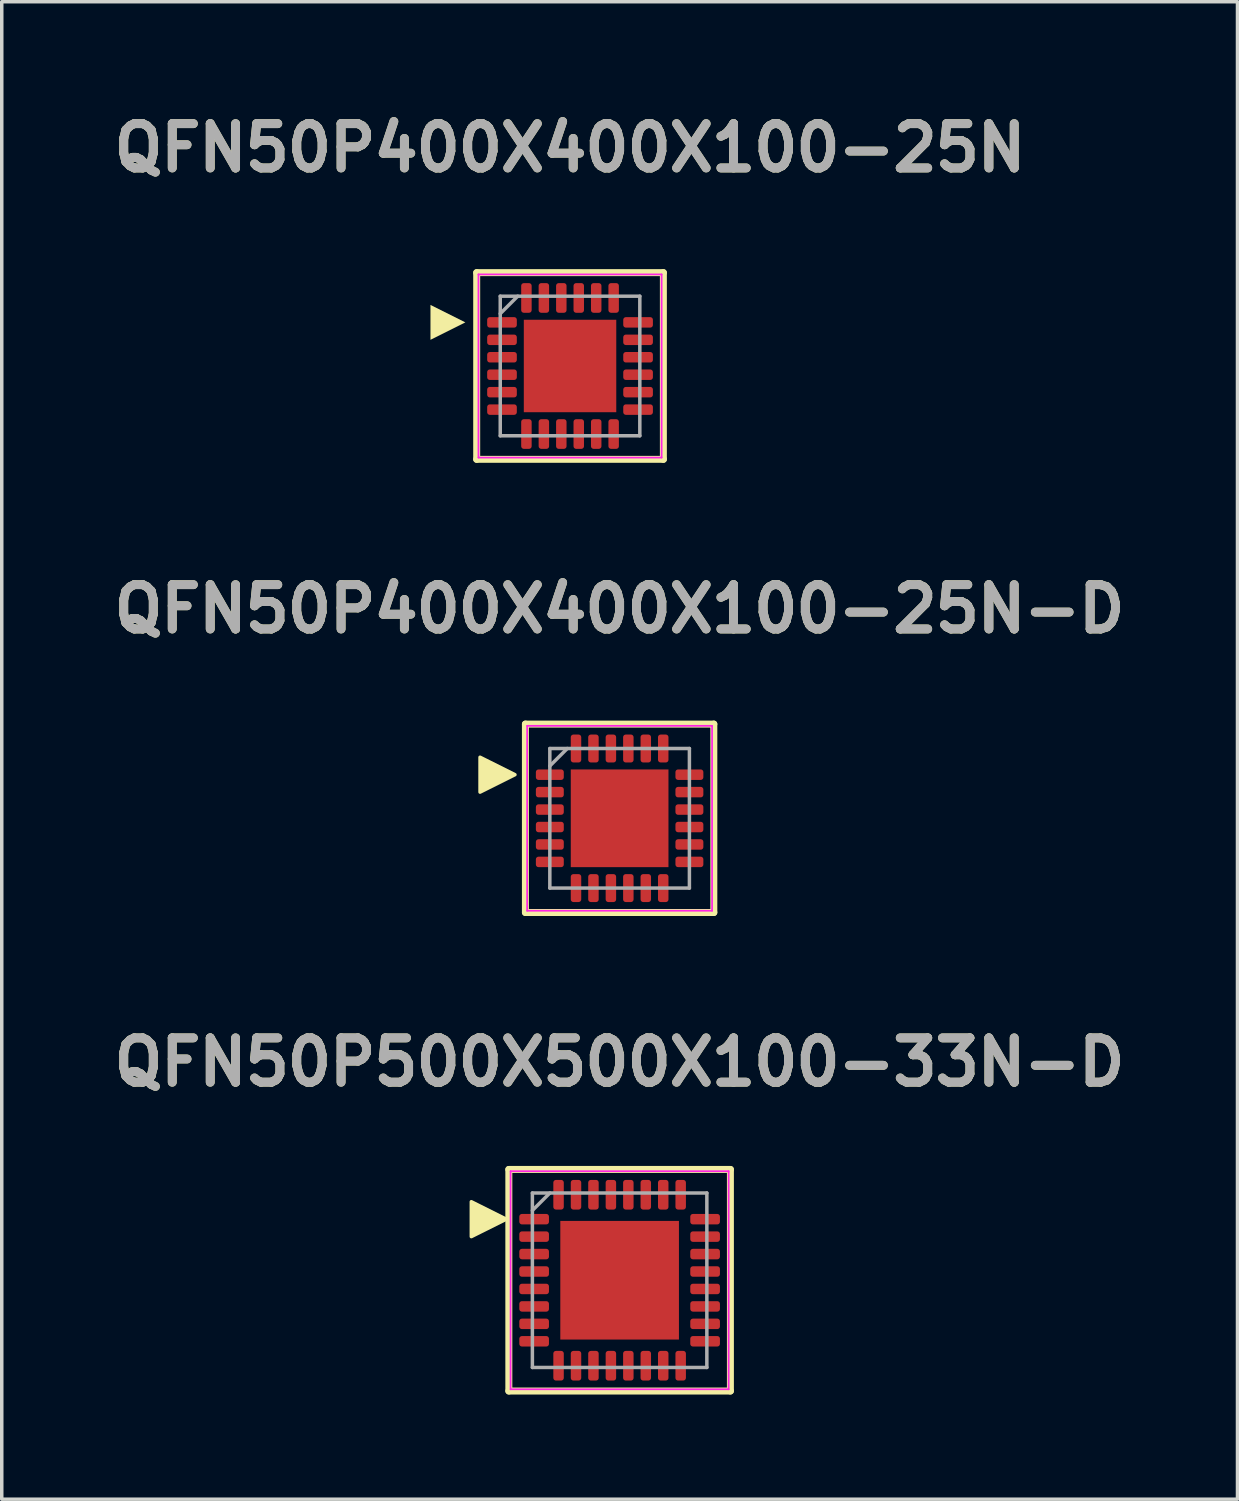
<source format=kicad_pcb>
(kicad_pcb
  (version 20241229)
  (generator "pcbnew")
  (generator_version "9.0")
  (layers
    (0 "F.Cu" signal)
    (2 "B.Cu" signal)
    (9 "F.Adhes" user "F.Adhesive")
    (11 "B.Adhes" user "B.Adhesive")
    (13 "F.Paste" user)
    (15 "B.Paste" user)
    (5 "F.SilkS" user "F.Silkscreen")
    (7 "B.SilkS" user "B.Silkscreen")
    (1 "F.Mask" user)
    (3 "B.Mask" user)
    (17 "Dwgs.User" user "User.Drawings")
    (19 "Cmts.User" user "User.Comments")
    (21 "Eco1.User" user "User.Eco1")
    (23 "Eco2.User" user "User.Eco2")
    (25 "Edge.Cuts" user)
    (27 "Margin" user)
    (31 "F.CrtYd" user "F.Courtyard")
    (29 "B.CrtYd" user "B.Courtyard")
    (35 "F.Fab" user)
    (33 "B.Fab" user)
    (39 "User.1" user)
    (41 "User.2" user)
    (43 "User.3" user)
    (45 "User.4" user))
  (footprint "QFN50P400X400X100-25N"
    (layer "F.Cu")
    (at 13.287 7.439)
    (property "Reference" "QFN50P400X400X100-25N" (at 0 -6.25 0) (layer "F.SilkS") (effects (font (size 1.27 1.27) (thickness 0.254))))
    (attr smd)
    (fp_line (start -2.675 -2.675) (end 2.675 -2.675) (stroke (width 0.2) (type solid)) (layer "F.SilkS"))
    (fp_line (start -2.675 2.675) (end -2.675 -2.675) (stroke (width 0.2) (type solid)) (layer "F.SilkS"))
    (fp_line (start -2.675 2.675) (end 2.675 2.675) (stroke (width 0.2) (type solid)) (layer "F.SilkS"))
    (fp_line (start 2.675 2.675) (end 2.675 -2.675) (stroke (width 0.2) (type solid)) (layer "F.SilkS"))
    (fp_poly (pts (xy -3 -1.25) (xy -4 -0.75) (xy -4 -1.75)) (stroke (width 0) (type solid)) (fill yes) (layer "F.SilkS"))
    (fp_line (start -2.625 -2.625) (end 2.625 -2.625) (stroke (width 0.05) (type solid)) (layer "F.CrtYd"))
    (fp_line (start -2.625 2.625) (end -2.625 -2.625) (stroke (width 0.05) (type solid)) (layer "F.CrtYd"))
    (fp_line (start 2.625 -2.625) (end 2.625 2.625) (stroke (width 0.05) (type solid)) (layer "F.CrtYd"))
    (fp_line (start 2.625 2.625) (end -2.625 2.625) (stroke (width 0.05) (type solid)) (layer "F.CrtYd"))
    (fp_line (start -2 -2) (end 2 -2) (stroke (width 0.1) (type solid)) (layer "F.Fab"))
    (fp_line (start -2 -1.5) (end -1.5 -2) (stroke (width 0.1) (type solid)) (layer "F.Fab"))
    (fp_line (start -2 2) (end -2 -2) (stroke (width 0.1) (type solid)) (layer "F.Fab"))
    (fp_line (start 2 -2) (end 2 2) (stroke (width 0.1) (type solid)) (layer "F.Fab"))
    (fp_line (start 2 2) (end -2 2) (stroke (width 0.1) (type solid)) (layer "F.Fab"))
    (fp_text user "${REFERENCE}" (at 0 -6.25 0) (layer "F.Fab") (effects (font (size 1.27 1.27) (thickness 0.254))))
    (pad "1" smd roundrect (at -1.95 -1.25 90) (size 0.3 0.85) (layers "F.Cu" "F.Mask" "F.Paste") (roundrect_rratio 0.25))
    (pad "2" smd roundrect (at -1.95 -0.75 90) (size 0.3 0.85) (layers "F.Cu" "F.Mask" "F.Paste") (roundrect_rratio 0.25))
    (pad "3" smd roundrect (at -1.95 -0.25 90) (size 0.3 0.85) (layers "F.Cu" "F.Mask" "F.Paste") (roundrect_rratio 0.25))
    (pad "4" smd roundrect (at -1.95 0.25 90) (size 0.3 0.85) (layers "F.Cu" "F.Mask" "F.Paste") (roundrect_rratio 0.25))
    (pad "5" smd roundrect (at -1.95 0.75 90) (size 0.3 0.85) (layers "F.Cu" "F.Mask" "F.Paste") (roundrect_rratio 0.25))
    (pad "6" smd roundrect (at -1.95 1.25 90) (size 0.3 0.85) (layers "F.Cu" "F.Mask" "F.Paste") (roundrect_rratio 0.25))
    (pad "7" smd roundrect (at -1.25 1.95) (size 0.3 0.85) (layers "F.Cu" "F.Mask" "F.Paste") (roundrect_rratio 0.25))
    (pad "8" smd roundrect (at -0.75 1.95) (size 0.3 0.85) (layers "F.Cu" "F.Mask" "F.Paste") (roundrect_rratio 0.25))
    (pad "9" smd roundrect (at -0.25 1.95) (size 0.3 0.85) (layers "F.Cu" "F.Mask" "F.Paste") (roundrect_rratio 0.25))
    (pad "10" smd roundrect (at 0.25 1.95) (size 0.3 0.85) (layers "F.Cu" "F.Mask" "F.Paste") (roundrect_rratio 0.25))
    (pad "11" smd roundrect (at 0.75 1.95) (size 0.3 0.85) (layers "F.Cu" "F.Mask" "F.Paste") (roundrect_rratio 0.25))
    (pad "12" smd roundrect (at 1.25 1.95) (size 0.3 0.85) (layers "F.Cu" "F.Mask" "F.Paste") (roundrect_rratio 0.25))
    (pad "13" smd roundrect (at 1.95 1.25 90) (size 0.3 0.85) (layers "F.Cu" "F.Mask" "F.Paste") (roundrect_rratio 0.25))
    (pad "14" smd roundrect (at 1.95 0.75 90) (size 0.3 0.85) (layers "F.Cu" "F.Mask" "F.Paste") (roundrect_rratio 0.25))
    (pad "15" smd roundrect (at 1.95 0.25 90) (size 0.3 0.85) (layers "F.Cu" "F.Mask" "F.Paste") (roundrect_rratio 0.25))
    (pad "16" smd roundrect (at 1.95 -0.25 90) (size 0.3 0.85) (layers "F.Cu" "F.Mask" "F.Paste") (roundrect_rratio 0.25))
    (pad "17" smd roundrect (at 1.95 -0.75 90) (size 0.3 0.85) (layers "F.Cu" "F.Mask" "F.Paste") (roundrect_rratio 0.25))
    (pad "18" smd roundrect (at 1.95 -1.25 90) (size 0.3 0.85) (layers "F.Cu" "F.Mask" "F.Paste") (roundrect_rratio 0.25))
    (pad "19" smd roundrect (at 1.25 -1.95) (size 0.3 0.85) (layers "F.Cu" "F.Mask" "F.Paste") (roundrect_rratio 0.25))
    (pad "20" smd roundrect (at 0.75 -1.95) (size 0.3 0.85) (layers "F.Cu" "F.Mask" "F.Paste") (roundrect_rratio 0.25))
    (pad "21" smd roundrect (at 0.25 -1.95) (size 0.3 0.85) (layers "F.Cu" "F.Mask" "F.Paste") (roundrect_rratio 0.25))
    (pad "22" smd roundrect (at -0.25 -1.95) (size 0.3 0.85) (layers "F.Cu" "F.Mask" "F.Paste") (roundrect_rratio 0.25))
    (pad "23" smd roundrect (at -0.75 -1.95) (size 0.3 0.85) (layers "F.Cu" "F.Mask" "F.Paste") (roundrect_rratio 0.25))
    (pad "24" smd roundrect (at -1.25 -1.95) (size 0.3 0.85) (layers "F.Cu" "F.Mask" "F.Paste") (roundrect_rratio 0.25))
    (pad "25" smd rect (at 0 0) (size 2.65 2.65) (layers "F.Cu" "F.Mask" "F.Paste")))
  (footprint "QFN50P400X400X100-25N-D"
    (layer "F.Cu")
    (at 14.708 20.402)
    (property "Reference" "QFN50P400X400X100-25N-D" (at 0 -6 0) (layer "F.SilkS") (effects (font (size 1.27 1.27) (thickness 0.254))))
    (attr smd)
    (fp_line (start -2.7 -2.7) (end 2.7 -2.7) (stroke (width 0.2) (type solid)) (layer "F.SilkS"))
    (fp_line (start -2.7 2.7) (end -2.7 -2.7) (stroke (width 0.2) (type solid)) (layer "F.SilkS"))
    (fp_line (start -2.7 2.7) (end 2.7 2.7) (stroke (width 0.2) (type solid)) (layer "F.SilkS"))
    (fp_line (start 2.7 2.7) (end 2.7 -2.7) (stroke (width 0.2) (type solid)) (layer "F.SilkS"))
    (fp_poly (pts (xy -3 -1.25) (xy -4 -0.75) (xy -4 -1.75)) (stroke (width 0.1) (type solid)) (fill yes) (layer "F.SilkS"))
    (fp_line (start -2.65 -2.65) (end 2.65 -2.65) (stroke (width 0.05) (type solid)) (layer "F.CrtYd"))
    (fp_line (start -2.65 2.65) (end -2.65 -2.65) (stroke (width 0.05) (type solid)) (layer "F.CrtYd"))
    (fp_line (start 2.65 -2.65) (end 2.65 2.65) (stroke (width 0.05) (type solid)) (layer "F.CrtYd"))
    (fp_line (start 2.65 2.65) (end -2.65 2.65) (stroke (width 0.05) (type solid)) (layer "F.CrtYd"))
    (fp_line (start -2 -2) (end 2 -2) (stroke (width 0.1) (type solid)) (layer "F.Fab"))
    (fp_line (start -2 -1.5) (end -1.5 -2) (stroke (width 0.1) (type solid)) (layer "F.Fab"))
    (fp_line (start -2 2) (end -2 -2) (stroke (width 0.1) (type solid)) (layer "F.Fab"))
    (fp_line (start 2 -2) (end 2 2) (stroke (width 0.1) (type solid)) (layer "F.Fab"))
    (fp_line (start 2 2) (end -2 2) (stroke (width 0.1) (type solid)) (layer "F.Fab"))
    (fp_text user "${REFERENCE}" (at 0 -6 0) (layer "F.Fab") (effects (font (size 1.27 1.27) (thickness 0.254))))
    (pad "1" smd roundrect (at -2 -1.25 90) (size 0.3 0.8) (layers "F.Cu" "F.Mask" "F.Paste") (roundrect_rratio 0.25))
    (pad "2" smd roundrect (at -2 -0.75 90) (size 0.3 0.8) (layers "F.Cu" "F.Mask" "F.Paste") (roundrect_rratio 0.25))
    (pad "3" smd roundrect (at -2 -0.25 90) (size 0.3 0.8) (layers "F.Cu" "F.Mask" "F.Paste") (roundrect_rratio 0.25))
    (pad "4" smd roundrect (at -2 0.25 90) (size 0.3 0.8) (layers "F.Cu" "F.Mask" "F.Paste") (roundrect_rratio 0.25))
    (pad "5" smd roundrect (at -2 0.75 90) (size 0.3 0.8) (layers "F.Cu" "F.Mask" "F.Paste") (roundrect_rratio 0.25))
    (pad "6" smd roundrect (at -2 1.25 90) (size 0.3 0.8) (layers "F.Cu" "F.Mask" "F.Paste") (roundrect_rratio 0.25))
    (pad "7" smd roundrect (at -1.25 2) (size 0.3 0.8) (layers "F.Cu" "F.Mask" "F.Paste") (roundrect_rratio 0.25))
    (pad "8" smd roundrect (at -0.75 2) (size 0.3 0.8) (layers "F.Cu" "F.Mask" "F.Paste") (roundrect_rratio 0.25))
    (pad "9" smd roundrect (at -0.25 2) (size 0.3 0.8) (layers "F.Cu" "F.Mask" "F.Paste") (roundrect_rratio 0.25))
    (pad "10" smd roundrect (at 0.25 2) (size 0.3 0.8) (layers "F.Cu" "F.Mask" "F.Paste") (roundrect_rratio 0.25))
    (pad "11" smd roundrect (at 0.75 2) (size 0.3 0.8) (layers "F.Cu" "F.Mask" "F.Paste") (roundrect_rratio 0.25))
    (pad "12" smd roundrect (at 1.25 2) (size 0.3 0.8) (layers "F.Cu" "F.Mask" "F.Paste") (roundrect_rratio 0.25))
    (pad "13" smd roundrect (at 2 1.25 90) (size 0.3 0.8) (layers "F.Cu" "F.Mask" "F.Paste") (roundrect_rratio 0.25))
    (pad "14" smd roundrect (at 2 0.75 90) (size 0.3 0.8) (layers "F.Cu" "F.Mask" "F.Paste") (roundrect_rratio 0.25))
    (pad "15" smd roundrect (at 2 0.25 90) (size 0.3 0.8) (layers "F.Cu" "F.Mask" "F.Paste") (roundrect_rratio 0.25))
    (pad "16" smd roundrect (at 2 -0.25 90) (size 0.3 0.8) (layers "F.Cu" "F.Mask" "F.Paste") (roundrect_rratio 0.25))
    (pad "17" smd roundrect (at 2 -0.75 90) (size 0.3 0.8) (layers "F.Cu" "F.Mask" "F.Paste") (roundrect_rratio 0.25))
    (pad "18" smd roundrect (at 2 -1.25 90) (size 0.3 0.8) (layers "F.Cu" "F.Mask" "F.Paste") (roundrect_rratio 0.25))
    (pad "19" smd roundrect (at 1.25 -2) (size 0.3 0.8) (layers "F.Cu" "F.Mask" "F.Paste") (roundrect_rratio 0.25))
    (pad "20" smd roundrect (at 0.75 -2) (size 0.3 0.8) (layers "F.Cu" "F.Mask" "F.Paste") (roundrect_rratio 0.25))
    (pad "21" smd roundrect (at 0.25 -2) (size 0.3 0.8) (layers "F.Cu" "F.Mask" "F.Paste") (roundrect_rratio 0.25))
    (pad "22" smd roundrect (at -0.25 -2) (size 0.3 0.8) (layers "F.Cu" "F.Mask" "F.Paste") (roundrect_rratio 0.25))
    (pad "23" smd roundrect (at -0.75 -2) (size 0.3 0.8) (layers "F.Cu" "F.Mask" "F.Paste") (roundrect_rratio 0.25))
    (pad "24" smd roundrect (at -1.25 -2) (size 0.3 0.8) (layers "F.Cu" "F.Mask" "F.Paste") (roundrect_rratio 0.25))
    (pad "25" smd rect (at 0 0) (size 2.8 2.8) (layers "F.Cu" "F.Mask" "F.Paste")))
  (footprint "QFN50P500X500X100-33N-D"
    (layer "F.Cu")
    (at 14.708 33.641)
    (property "Reference" "QFN50P500X500X100-33N-D" (at 0 -6.25 0) (layer "F.SilkS") (effects (font (size 1.27 1.27) (thickness 0.254))))
    (attr smd)
    (fp_line (start -3.175 -3.175) (end -3.175 3.175) (stroke (width 0.2) (type solid)) (layer "F.SilkS"))
    (fp_line (start 3.175 -3.175) (end -3.175 -3.175) (stroke (width 0.2) (type solid)) (layer "F.SilkS"))
    (fp_line (start 3.175 -3.175) (end 3.175 3.175) (stroke (width 0.2) (type solid)) (layer "F.SilkS"))
    (fp_line (start 3.175 3.175) (end -3.175 3.175) (stroke (width 0.2) (type solid)) (layer "F.SilkS"))
    (fp_poly (pts (xy -3.25 -1.75) (xy -4.25 -1.25) (xy -4.25 -2.25)) (stroke (width 0.1) (type solid)) (fill yes) (layer "F.SilkS"))
    (fp_line (start -3.125 -3.125) (end 3.125 -3.125) (stroke (width 0.05) (type solid)) (layer "F.CrtYd"))
    (fp_line (start -3.125 3.125) (end -3.125 -3.125) (stroke (width 0.05) (type solid)) (layer "F.CrtYd"))
    (fp_line (start 3.125 -3.125) (end 3.125 3.125) (stroke (width 0.05) (type solid)) (layer "F.CrtYd"))
    (fp_line (start 3.125 3.125) (end -3.125 3.125) (stroke (width 0.05) (type solid)) (layer "F.CrtYd"))
    (fp_line (start -2.5 -2.5) (end 2.5 -2.5) (stroke (width 0.1) (type solid)) (layer "F.Fab"))
    (fp_line (start -2.5 -2) (end -2 -2.5) (stroke (width 0.1) (type solid)) (layer "F.Fab"))
    (fp_line (start -2.5 2.5) (end -2.5 -2.5) (stroke (width 0.1) (type solid)) (layer "F.Fab"))
    (fp_line (start 2.5 -2.5) (end 2.5 2.5) (stroke (width 0.1) (type solid)) (layer "F.Fab"))
    (fp_line (start 2.5 2.5) (end -2.5 2.5) (stroke (width 0.1) (type solid)) (layer "F.Fab"))
    (fp_text user "${REFERENCE}" (at 0 -6.25 0) (layer "F.Fab") (effects (font (size 1.27 1.27) (thickness 0.254))))
    (pad "1" smd roundrect (at -2.45 -1.75 90) (size 0.3 0.85) (layers "F.Cu" "F.Mask" "F.Paste") (roundrect_rratio 0.25))
    (pad "2" smd roundrect (at -2.45 -1.25 90) (size 0.3 0.85) (layers "F.Cu" "F.Mask" "F.Paste") (roundrect_rratio 0.25))
    (pad "3" smd roundrect (at -2.45 -0.75 90) (size 0.3 0.85) (layers "F.Cu" "F.Mask" "F.Paste") (roundrect_rratio 0.25))
    (pad "4" smd roundrect (at -2.45 -0.25 90) (size 0.3 0.85) (layers "F.Cu" "F.Mask" "F.Paste") (roundrect_rratio 0.25))
    (pad "5" smd roundrect (at -2.45 0.25 90) (size 0.3 0.85) (layers "F.Cu" "F.Mask" "F.Paste") (roundrect_rratio 0.25))
    (pad "6" smd roundrect (at -2.45 0.75 90) (size 0.3 0.85) (layers "F.Cu" "F.Mask" "F.Paste") (roundrect_rratio 0.25))
    (pad "7" smd roundrect (at -2.45 1.25 90) (size 0.3 0.85) (layers "F.Cu" "F.Mask" "F.Paste") (roundrect_rratio 0.25))
    (pad "8" smd roundrect (at -2.45 1.75 90) (size 0.3 0.85) (layers "F.Cu" "F.Mask" "F.Paste") (roundrect_rratio 0.25))
    (pad "9" smd roundrect (at -1.75 2.45) (size 0.3 0.85) (layers "F.Cu" "F.Mask" "F.Paste") (roundrect_rratio 0.25))
    (pad "10" smd roundrect (at -1.25 2.45) (size 0.3 0.85) (layers "F.Cu" "F.Mask" "F.Paste") (roundrect_rratio 0.25))
    (pad "11" smd roundrect (at -0.75 2.45) (size 0.3 0.85) (layers "F.Cu" "F.Mask" "F.Paste") (roundrect_rratio 0.25))
    (pad "12" smd roundrect (at -0.25 2.45) (size 0.3 0.85) (layers "F.Cu" "F.Mask" "F.Paste") (roundrect_rratio 0.25))
    (pad "13" smd roundrect (at 0.25 2.45) (size 0.3 0.85) (layers "F.Cu" "F.Mask" "F.Paste") (roundrect_rratio 0.25))
    (pad "14" smd roundrect (at 0.75 2.45) (size 0.3 0.85) (layers "F.Cu" "F.Mask" "F.Paste") (roundrect_rratio 0.25))
    (pad "15" smd roundrect (at 1.25 2.45) (size 0.3 0.85) (layers "F.Cu" "F.Mask" "F.Paste") (roundrect_rratio 0.25))
    (pad "16" smd roundrect (at 1.75 2.45) (size 0.3 0.85) (layers "F.Cu" "F.Mask" "F.Paste") (roundrect_rratio 0.25))
    (pad "17" smd roundrect (at 2.45 1.75 90) (size 0.3 0.85) (layers "F.Cu" "F.Mask" "F.Paste") (roundrect_rratio 0.25))
    (pad "18" smd roundrect (at 2.45 1.25 90) (size 0.3 0.85) (layers "F.Cu" "F.Mask" "F.Paste") (roundrect_rratio 0.25))
    (pad "19" smd roundrect (at 2.45 0.75 90) (size 0.3 0.85) (layers "F.Cu" "F.Mask" "F.Paste") (roundrect_rratio 0.25))
    (pad "20" smd roundrect (at 2.45 0.25 90) (size 0.3 0.85) (layers "F.Cu" "F.Mask" "F.Paste") (roundrect_rratio 0.25))
    (pad "21" smd roundrect (at 2.45 -0.25 90) (size 0.3 0.85) (layers "F.Cu" "F.Mask" "F.Paste") (roundrect_rratio 0.25))
    (pad "22" smd roundrect (at 2.45 -0.75 90) (size 0.3 0.85) (layers "F.Cu" "F.Mask" "F.Paste") (roundrect_rratio 0.25))
    (pad "23" smd roundrect (at 2.45 -1.25 90) (size 0.3 0.85) (layers "F.Cu" "F.Mask" "F.Paste") (roundrect_rratio 0.25))
    (pad "24" smd roundrect (at 2.45 -1.75 90) (size 0.3 0.85) (layers "F.Cu" "F.Mask" "F.Paste") (roundrect_rratio 0.25))
    (pad "25" smd roundrect (at 1.75 -2.45) (size 0.3 0.85) (layers "F.Cu" "F.Mask" "F.Paste") (roundrect_rratio 0.25))
    (pad "26" smd roundrect (at 1.25 -2.45) (size 0.3 0.85) (layers "F.Cu" "F.Mask" "F.Paste") (roundrect_rratio 0.25))
    (pad "27" smd roundrect (at 0.75 -2.45) (size 0.3 0.85) (layers "F.Cu" "F.Mask" "F.Paste") (roundrect_rratio 0.25))
    (pad "28" smd roundrect (at 0.25 -2.45) (size 0.3 0.85) (layers "F.Cu" "F.Mask" "F.Paste") (roundrect_rratio 0.25))
    (pad "29" smd roundrect (at -0.25 -2.45) (size 0.3 0.85) (layers "F.Cu" "F.Mask" "F.Paste") (roundrect_rratio 0.25))
    (pad "30" smd roundrect (at -0.75 -2.45) (size 0.3 0.85) (layers "F.Cu" "F.Mask" "F.Paste") (roundrect_rratio 0.25))
    (pad "31" smd roundrect (at -1.25 -2.45) (size 0.3 0.85) (layers "F.Cu" "F.Mask" "F.Paste") (roundrect_rratio 0.25))
    (pad "32" smd roundrect (at -1.75 -2.45) (size 0.3 0.85) (layers "F.Cu" "F.Mask" "F.Paste") (roundrect_rratio 0.25))
    (pad "33" smd rect (at 0 0) (size 3.4 3.4) (layers "F.Cu" "F.Mask" "F.Paste")))
  (gr_rect
    (start -3 -3)
    (end 32.416 39.916)
    (stroke (width 0.1) (type default))
    (fill no)
    (layer "Edge.Cuts")))
</source>
